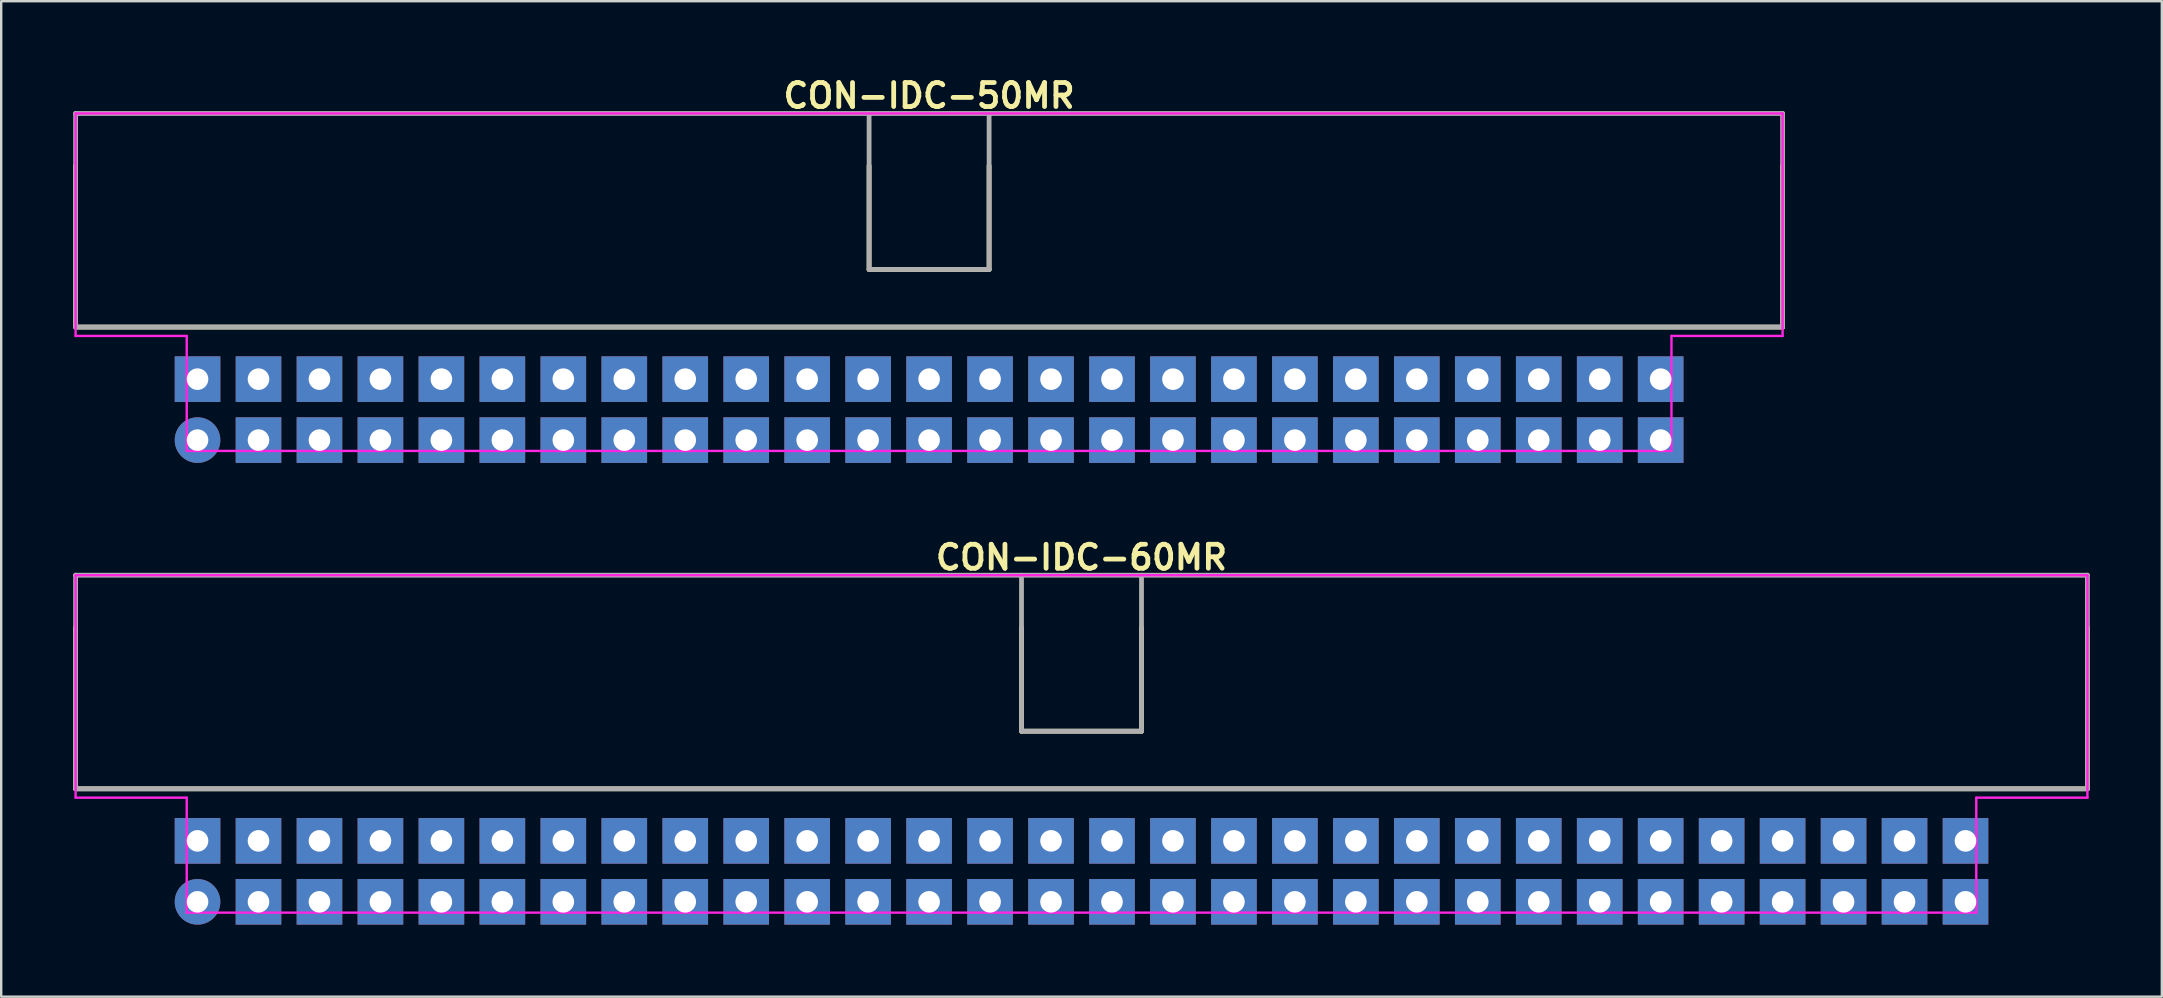
<source format=kicad_pcb>
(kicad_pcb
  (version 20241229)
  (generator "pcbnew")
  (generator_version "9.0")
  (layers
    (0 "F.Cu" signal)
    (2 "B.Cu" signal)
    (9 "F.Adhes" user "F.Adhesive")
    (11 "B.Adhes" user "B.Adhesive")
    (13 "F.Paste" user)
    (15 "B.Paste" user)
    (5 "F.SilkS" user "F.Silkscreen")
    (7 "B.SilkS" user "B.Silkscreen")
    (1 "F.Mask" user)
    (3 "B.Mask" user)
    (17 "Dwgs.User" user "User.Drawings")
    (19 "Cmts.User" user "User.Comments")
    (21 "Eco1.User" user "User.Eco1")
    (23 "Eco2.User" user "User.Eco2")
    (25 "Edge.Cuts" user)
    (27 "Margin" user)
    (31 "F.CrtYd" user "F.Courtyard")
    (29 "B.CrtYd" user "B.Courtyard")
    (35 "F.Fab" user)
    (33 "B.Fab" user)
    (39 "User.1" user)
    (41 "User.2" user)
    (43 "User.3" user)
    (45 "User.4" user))
  (footprint "CON-IDC-50MR"
    (layer "F.Cu")
    (at 35.66 14.017)
    (property "Reference" "CON-IDC-50MR" (at 0 -13.081 0) (layer "F.SilkS") (effects (font (size 1 1) (thickness 0.2))))
    (attr through_hole)
    (fp_line (start -35.56 -10.16) (end -35.56 -3.44) (stroke (width 0.2) (type solid)) (layer "F.SilkS"))
    (fp_line (start -35.56 -3.44) (end 35.56 -3.44) (stroke (width 0.2) (type solid)) (layer "F.SilkS"))
    (fp_line (start -2.5 -10.16) (end -2.5 -5.84) (stroke (width 0.2) (type solid)) (layer "F.SilkS"))
    (fp_line (start -2.5 -5.84) (end 2.5 -5.84) (stroke (width 0.2) (type solid)) (layer "F.SilkS"))
    (fp_line (start 2.5 -10.16) (end 2.5 -5.84) (stroke (width 0.2) (type solid)) (layer "F.SilkS"))
    (fp_line (start 35.56 -10.16) (end 35.56 -3.44) (stroke (width 0.2) (type solid)) (layer "F.SilkS"))
    (fp_line (start -35.56 -12.34) (end -35.56 -3.07) (stroke (width 0.1) (type solid)) (layer "F.CrtYd"))
    (fp_line (start -35.56 -12.34) (end 35.56 -12.34) (stroke (width 0.1) (type solid)) (layer "F.CrtYd"))
    (fp_line (start -35.56 -3.07) (end -30.93 -3.07) (stroke (width 0.1) (type solid)) (layer "F.CrtYd"))
    (fp_line (start -30.93 -3.07) (end -30.93 1.72) (stroke (width 0.1) (type solid)) (layer "F.CrtYd"))
    (fp_line (start -30.93 1.72) (end 30.93 1.72) (stroke (width 0.1) (type solid)) (layer "F.CrtYd"))
    (fp_line (start 30.93 -3.07) (end 30.93 1.72) (stroke (width 0.1) (type solid)) (layer "F.CrtYd"))
    (fp_line (start 30.93 -3.07) (end 35.56 -3.07) (stroke (width 0.1) (type solid)) (layer "F.CrtYd"))
    (fp_line (start 35.56 -12.34) (end 35.56 -3.07) (stroke (width 0.1) (type solid)) (layer "F.CrtYd"))
    (fp_line (start -35.56 -12.34) (end -35.56 -3.44) (stroke (width 0.2) (type solid)) (layer "F.Fab"))
    (fp_line (start -35.56 -12.34) (end 35.56 -12.34) (stroke (width 0.2) (type solid)) (layer "F.Fab"))
    (fp_line (start -35.56 -3.44) (end 35.56 -3.44) (stroke (width 0.2) (type solid)) (layer "F.Fab"))
    (fp_line (start -2.5 -12.34) (end -2.5 -5.84) (stroke (width 0.2) (type solid)) (layer "F.Fab"))
    (fp_line (start -2.5 -5.84) (end 2.5 -5.84) (stroke (width 0.2) (type solid)) (layer "F.Fab"))
    (fp_line (start 2.5 -12.34) (end 2.5 -5.84) (stroke (width 0.2) (type solid)) (layer "F.Fab"))
    (fp_line (start 35.56 -12.34) (end 35.56 -3.44) (stroke (width 0.2) (type solid)) (layer "F.Fab"))
    (pad "1" thru_hole circle (at -30.48 1.27) (size 1.9 1.9) (drill 0.9) (layers "*.Cu" "*.Mask"))
    (pad "2" thru_hole rect (at -30.48 -1.27) (size 1.9 1.9) (drill 0.9) (layers "*.Cu" "*.Mask"))
    (pad "3" thru_hole rect (at -27.94 1.27) (size 1.9 1.9) (drill 0.9) (layers "*.Cu" "*.Mask"))
    (pad "4" thru_hole rect (at -27.94 -1.27) (size 1.9 1.9) (drill 0.9) (layers "*.Cu" "*.Mask"))
    (pad "5" thru_hole rect (at -25.4 1.27) (size 1.9 1.9) (drill 0.9) (layers "*.Cu" "*.Mask"))
    (pad "6" thru_hole rect (at -25.4 -1.27) (size 1.9 1.9) (drill 0.9) (layers "*.Cu" "*.Mask"))
    (pad "7" thru_hole rect (at -22.86 1.27) (size 1.9 1.9) (drill 0.9) (layers "*.Cu" "*.Mask"))
    (pad "8" thru_hole rect (at -22.86 -1.27) (size 1.9 1.9) (drill 0.9) (layers "*.Cu" "*.Mask"))
    (pad "9" thru_hole rect (at -20.32 1.27) (size 1.9 1.9) (drill 0.9) (layers "*.Cu" "*.Mask"))
    (pad "10" thru_hole rect (at -20.32 -1.27) (size 1.9 1.9) (drill 0.9) (layers "*.Cu" "*.Mask"))
    (pad "11" thru_hole rect (at -17.78 1.27) (size 1.9 1.9) (drill 0.9) (layers "*.Cu" "*.Mask"))
    (pad "12" thru_hole rect (at -17.78 -1.27) (size 1.9 1.9) (drill 0.9) (layers "*.Cu" "*.Mask"))
    (pad "13" thru_hole rect (at -15.24 1.27) (size 1.9 1.9) (drill 0.9) (layers "*.Cu" "*.Mask"))
    (pad "14" thru_hole rect (at -15.24 -1.27) (size 1.9 1.9) (drill 0.9) (layers "*.Cu" "*.Mask"))
    (pad "15" thru_hole rect (at -12.7 1.27) (size 1.9 1.9) (drill 0.9) (layers "*.Cu" "*.Mask"))
    (pad "16" thru_hole rect (at -12.7 -1.27) (size 1.9 1.9) (drill 0.9) (layers "*.Cu" "*.Mask"))
    (pad "17" thru_hole rect (at -10.16 1.27) (size 1.9 1.9) (drill 0.9) (layers "*.Cu" "*.Mask"))
    (pad "18" thru_hole rect (at -10.16 -1.27) (size 1.9 1.9) (drill 0.9) (layers "*.Cu" "*.Mask"))
    (pad "19" thru_hole rect (at -7.62 1.27) (size 1.9 1.9) (drill 0.9) (layers "*.Cu" "*.Mask"))
    (pad "20" thru_hole rect (at -7.62 -1.27) (size 1.9 1.9) (drill 0.9) (layers "*.Cu" "*.Mask"))
    (pad "21" thru_hole rect (at -5.08 1.27) (size 1.9 1.9) (drill 0.9) (layers "*.Cu" "*.Mask"))
    (pad "22" thru_hole rect (at -5.08 -1.27) (size 1.9 1.9) (drill 0.9) (layers "*.Cu" "*.Mask"))
    (pad "23" thru_hole rect (at -2.54 1.27) (size 1.9 1.9) (drill 0.9) (layers "*.Cu" "*.Mask"))
    (pad "24" thru_hole rect (at -2.54 -1.27) (size 1.9 1.9) (drill 0.9) (layers "*.Cu" "*.Mask"))
    (pad "25" thru_hole rect (at 0 1.27) (size 1.9 1.9) (drill 0.9) (layers "*.Cu" "*.Mask"))
    (pad "26" thru_hole rect (at 0 -1.27) (size 1.9 1.9) (drill 0.9) (layers "*.Cu" "*.Mask"))
    (pad "27" thru_hole rect (at 2.54 1.27) (size 1.9 1.9) (drill 0.9) (layers "*.Cu" "*.Mask"))
    (pad "28" thru_hole rect (at 2.54 -1.27) (size 1.9 1.9) (drill 0.9) (layers "*.Cu" "*.Mask"))
    (pad "29" thru_hole rect (at 5.08 1.27) (size 1.9 1.9) (drill 0.9) (layers "*.Cu" "*.Mask"))
    (pad "30" thru_hole rect (at 5.08 -1.27) (size 1.9 1.9) (drill 0.9) (layers "*.Cu" "*.Mask"))
    (pad "31" thru_hole rect (at 7.62 1.27) (size 1.9 1.9) (drill 0.9) (layers "*.Cu" "*.Mask"))
    (pad "32" thru_hole rect (at 7.62 -1.27) (size 1.9 1.9) (drill 0.9) (layers "*.Cu" "*.Mask"))
    (pad "33" thru_hole rect (at 10.16 1.27) (size 1.9 1.9) (drill 0.9) (layers "*.Cu" "*.Mask"))
    (pad "34" thru_hole rect (at 10.16 -1.27) (size 1.9 1.9) (drill 0.9) (layers "*.Cu" "*.Mask"))
    (pad "35" thru_hole rect (at 12.7 1.27) (size 1.9 1.9) (drill 0.9) (layers "*.Cu" "*.Mask"))
    (pad "36" thru_hole rect (at 12.7 -1.27) (size 1.9 1.9) (drill 0.9) (layers "*.Cu" "*.Mask"))
    (pad "37" thru_hole rect (at 15.24 1.27) (size 1.9 1.9) (drill 0.9) (layers "*.Cu" "*.Mask"))
    (pad "38" thru_hole rect (at 15.24 -1.27) (size 1.9 1.9) (drill 0.9) (layers "*.Cu" "*.Mask"))
    (pad "39" thru_hole rect (at 17.78 1.27) (size 1.9 1.9) (drill 0.9) (layers "*.Cu" "*.Mask"))
    (pad "40" thru_hole rect (at 17.78 -1.27) (size 1.9 1.9) (drill 0.9) (layers "*.Cu" "*.Mask"))
    (pad "41" thru_hole rect (at 20.32 1.27) (size 1.9 1.9) (drill 0.9) (layers "*.Cu" "*.Mask"))
    (pad "42" thru_hole rect (at 20.32 -1.27) (size 1.9 1.9) (drill 0.9) (layers "*.Cu" "*.Mask"))
    (pad "43" thru_hole rect (at 22.86 1.27) (size 1.9 1.9) (drill 0.9) (layers "*.Cu" "*.Mask"))
    (pad "44" thru_hole rect (at 22.86 -1.27) (size 1.9 1.9) (drill 0.9) (layers "*.Cu" "*.Mask"))
    (pad "45" thru_hole rect (at 25.4 1.27) (size 1.9 1.9) (drill 0.9) (layers "*.Cu" "*.Mask"))
    (pad "46" thru_hole rect (at 25.4 -1.27) (size 1.9 1.9) (drill 0.9) (layers "*.Cu" "*.Mask"))
    (pad "47" thru_hole rect (at 27.94 1.27) (size 1.9 1.9) (drill 0.9) (layers "*.Cu" "*.Mask"))
    (pad "48" thru_hole rect (at 27.94 -1.27) (size 1.9 1.9) (drill 0.9) (layers "*.Cu" "*.Mask"))
    (pad "49" thru_hole rect (at 30.48 1.27) (size 1.9 1.9) (drill 0.9) (layers "*.Cu" "*.Mask"))
    (pad "50" thru_hole rect (at 30.48 -1.27) (size 1.9 1.9) (drill 0.9) (layers "*.Cu" "*.Mask")))
  (footprint "CON-IDC-60MR"
    (layer "F.Cu")
    (at 42.01 33.254)
    (property "Reference" "CON-IDC-60MR" (at 0 -13.081 0) (layer "F.SilkS") (effects (font (size 1 1) (thickness 0.2))))
    (attr through_hole)
    (fp_line (start -41.91 -10.16) (end -41.91 -3.44) (stroke (width 0.2) (type solid)) (layer "F.SilkS"))
    (fp_line (start -41.91 -3.44) (end 41.91 -3.44) (stroke (width 0.2) (type solid)) (layer "F.SilkS"))
    (fp_line (start -2.5 -10.16) (end -2.5 -5.84) (stroke (width 0.2) (type solid)) (layer "F.SilkS"))
    (fp_line (start -2.5 -5.84) (end 2.5 -5.84) (stroke (width 0.2) (type solid)) (layer "F.SilkS"))
    (fp_line (start 2.5 -10.16) (end 2.5 -5.84) (stroke (width 0.2) (type solid)) (layer "F.SilkS"))
    (fp_line (start 41.91 -10.16) (end 41.91 -3.44) (stroke (width 0.2) (type solid)) (layer "F.SilkS"))
    (fp_line (start -41.91 -12.34) (end -41.91 -3.07) (stroke (width 0.1) (type solid)) (layer "F.CrtYd"))
    (fp_line (start -41.91 -12.34) (end 41.91 -12.34) (stroke (width 0.1) (type solid)) (layer "F.CrtYd"))
    (fp_line (start -41.91 -3.07) (end -37.28 -3.07) (stroke (width 0.1) (type solid)) (layer "F.CrtYd"))
    (fp_line (start -37.28 -3.07) (end -37.28 1.72) (stroke (width 0.1) (type solid)) (layer "F.CrtYd"))
    (fp_line (start -37.28 1.72) (end 37.28 1.72) (stroke (width 0.1) (type solid)) (layer "F.CrtYd"))
    (fp_line (start 37.28 -3.07) (end 37.28 1.72) (stroke (width 0.1) (type solid)) (layer "F.CrtYd"))
    (fp_line (start 37.28 -3.07) (end 41.91 -3.07) (stroke (width 0.1) (type solid)) (layer "F.CrtYd"))
    (fp_line (start 41.91 -12.34) (end 41.91 -3.07) (stroke (width 0.1) (type solid)) (layer "F.CrtYd"))
    (fp_line (start -41.91 -12.34) (end -41.91 -3.44) (stroke (width 0.2) (type solid)) (layer "F.Fab"))
    (fp_line (start -41.91 -12.34) (end 41.91 -12.34) (stroke (width 0.2) (type solid)) (layer "F.Fab"))
    (fp_line (start -41.91 -3.44) (end 41.91 -3.44) (stroke (width 0.2) (type solid)) (layer "F.Fab"))
    (fp_line (start -2.5 -12.34) (end -2.5 -5.84) (stroke (width 0.2) (type solid)) (layer "F.Fab"))
    (fp_line (start -2.5 -5.84) (end 2.5 -5.84) (stroke (width 0.2) (type solid)) (layer "F.Fab"))
    (fp_line (start 2.5 -12.34) (end 2.5 -5.84) (stroke (width 0.2) (type solid)) (layer "F.Fab"))
    (fp_line (start 41.91 -12.34) (end 41.91 -3.44) (stroke (width 0.2) (type solid)) (layer "F.Fab"))
    (pad "1" thru_hole circle (at -36.83 1.27) (size 1.9 1.9) (drill 0.9) (layers "*.Cu" "*.Mask"))
    (pad "2" thru_hole rect (at -36.83 -1.27) (size 1.9 1.9) (drill 0.9) (layers "*.Cu" "*.Mask"))
    (pad "3" thru_hole rect (at -34.29 1.27) (size 1.9 1.9) (drill 0.9) (layers "*.Cu" "*.Mask"))
    (pad "4" thru_hole rect (at -34.29 -1.27) (size 1.9 1.9) (drill 0.9) (layers "*.Cu" "*.Mask"))
    (pad "5" thru_hole rect (at -31.75 1.27) (size 1.9 1.9) (drill 0.9) (layers "*.Cu" "*.Mask"))
    (pad "6" thru_hole rect (at -31.75 -1.27) (size 1.9 1.9) (drill 0.9) (layers "*.Cu" "*.Mask"))
    (pad "7" thru_hole rect (at -29.21 1.27) (size 1.9 1.9) (drill 0.9) (layers "*.Cu" "*.Mask"))
    (pad "8" thru_hole rect (at -29.21 -1.27) (size 1.9 1.9) (drill 0.9) (layers "*.Cu" "*.Mask"))
    (pad "9" thru_hole rect (at -26.67 1.27) (size 1.9 1.9) (drill 0.9) (layers "*.Cu" "*.Mask"))
    (pad "10" thru_hole rect (at -26.67 -1.27) (size 1.9 1.9) (drill 0.9) (layers "*.Cu" "*.Mask"))
    (pad "11" thru_hole rect (at -24.13 1.27) (size 1.9 1.9) (drill 0.9) (layers "*.Cu" "*.Mask"))
    (pad "12" thru_hole rect (at -24.13 -1.27) (size 1.9 1.9) (drill 0.9) (layers "*.Cu" "*.Mask"))
    (pad "13" thru_hole rect (at -21.59 1.27) (size 1.9 1.9) (drill 0.9) (layers "*.Cu" "*.Mask"))
    (pad "14" thru_hole rect (at -21.59 -1.27) (size 1.9 1.9) (drill 0.9) (layers "*.Cu" "*.Mask"))
    (pad "15" thru_hole rect (at -19.05 1.27) (size 1.9 1.9) (drill 0.9) (layers "*.Cu" "*.Mask"))
    (pad "16" thru_hole rect (at -19.05 -1.27) (size 1.9 1.9) (drill 0.9) (layers "*.Cu" "*.Mask"))
    (pad "17" thru_hole rect (at -16.51 1.27) (size 1.9 1.9) (drill 0.9) (layers "*.Cu" "*.Mask"))
    (pad "18" thru_hole rect (at -16.51 -1.27) (size 1.9 1.9) (drill 0.9) (layers "*.Cu" "*.Mask"))
    (pad "19" thru_hole rect (at -13.97 1.27) (size 1.9 1.9) (drill 0.9) (layers "*.Cu" "*.Mask"))
    (pad "20" thru_hole rect (at -13.97 -1.27) (size 1.9 1.9) (drill 0.9) (layers "*.Cu" "*.Mask"))
    (pad "21" thru_hole rect (at -11.43 1.27) (size 1.9 1.9) (drill 0.9) (layers "*.Cu" "*.Mask"))
    (pad "22" thru_hole rect (at -11.43 -1.27) (size 1.9 1.9) (drill 0.9) (layers "*.Cu" "*.Mask"))
    (pad "23" thru_hole rect (at -8.89 1.27) (size 1.9 1.9) (drill 0.9) (layers "*.Cu" "*.Mask"))
    (pad "24" thru_hole rect (at -8.89 -1.27) (size 1.9 1.9) (drill 0.9) (layers "*.Cu" "*.Mask"))
    (pad "25" thru_hole rect (at -6.35 1.27) (size 1.9 1.9) (drill 0.9) (layers "*.Cu" "*.Mask"))
    (pad "26" thru_hole rect (at -6.35 -1.27) (size 1.9 1.9) (drill 0.9) (layers "*.Cu" "*.Mask"))
    (pad "27" thru_hole rect (at -3.81 1.27) (size 1.9 1.9) (drill 0.9) (layers "*.Cu" "*.Mask"))
    (pad "28" thru_hole rect (at -3.81 -1.27) (size 1.9 1.9) (drill 0.9) (layers "*.Cu" "*.Mask"))
    (pad "29" thru_hole rect (at -1.27 1.27) (size 1.9 1.9) (drill 0.9) (layers "*.Cu" "*.Mask"))
    (pad "30" thru_hole rect (at -1.27 -1.27) (size 1.9 1.9) (drill 0.9) (layers "*.Cu" "*.Mask"))
    (pad "31" thru_hole rect (at 1.27 1.27) (size 1.9 1.9) (drill 0.9) (layers "*.Cu" "*.Mask"))
    (pad "32" thru_hole rect (at 1.27 -1.27) (size 1.9 1.9) (drill 0.9) (layers "*.Cu" "*.Mask"))
    (pad "33" thru_hole rect (at 3.81 1.27) (size 1.9 1.9) (drill 0.9) (layers "*.Cu" "*.Mask"))
    (pad "34" thru_hole rect (at 3.81 -1.27) (size 1.9 1.9) (drill 0.9) (layers "*.Cu" "*.Mask"))
    (pad "35" thru_hole rect (at 6.35 1.27) (size 1.9 1.9) (drill 0.9) (layers "*.Cu" "*.Mask"))
    (pad "36" thru_hole rect (at 6.35 -1.27) (size 1.9 1.9) (drill 0.9) (layers "*.Cu" "*.Mask"))
    (pad "37" thru_hole rect (at 8.89 1.27) (size 1.9 1.9) (drill 0.9) (layers "*.Cu" "*.Mask"))
    (pad "38" thru_hole rect (at 8.89 -1.27) (size 1.9 1.9) (drill 0.9) (layers "*.Cu" "*.Mask"))
    (pad "39" thru_hole rect (at 11.43 1.27) (size 1.9 1.9) (drill 0.9) (layers "*.Cu" "*.Mask"))
    (pad "40" thru_hole rect (at 11.43 -1.27) (size 1.9 1.9) (drill 0.9) (layers "*.Cu" "*.Mask"))
    (pad "41" thru_hole rect (at 13.97 1.27) (size 1.9 1.9) (drill 0.9) (layers "*.Cu" "*.Mask"))
    (pad "42" thru_hole rect (at 13.97 -1.27) (size 1.9 1.9) (drill 0.9) (layers "*.Cu" "*.Mask"))
    (pad "43" thru_hole rect (at 16.51 1.27) (size 1.9 1.9) (drill 0.9) (layers "*.Cu" "*.Mask"))
    (pad "44" thru_hole rect (at 16.51 -1.27) (size 1.9 1.9) (drill 0.9) (layers "*.Cu" "*.Mask"))
    (pad "45" thru_hole rect (at 19.05 1.27) (size 1.9 1.9) (drill 0.9) (layers "*.Cu" "*.Mask"))
    (pad "46" thru_hole rect (at 19.05 -1.27) (size 1.9 1.9) (drill 0.9) (layers "*.Cu" "*.Mask"))
    (pad "47" thru_hole rect (at 21.59 1.27) (size 1.9 1.9) (drill 0.9) (layers "*.Cu" "*.Mask"))
    (pad "48" thru_hole rect (at 21.59 -1.27) (size 1.9 1.9) (drill 0.9) (layers "*.Cu" "*.Mask"))
    (pad "49" thru_hole rect (at 24.13 1.27) (size 1.9 1.9) (drill 0.9) (layers "*.Cu" "*.Mask"))
    (pad "50" thru_hole rect (at 24.13 -1.27) (size 1.9 1.9) (drill 0.9) (layers "*.Cu" "*.Mask"))
    (pad "51" thru_hole rect (at 26.67 1.27) (size 1.9 1.9) (drill 0.9) (layers "*.Cu" "*.Mask"))
    (pad "52" thru_hole rect (at 26.67 -1.27) (size 1.9 1.9) (drill 0.9) (layers "*.Cu" "*.Mask"))
    (pad "53" thru_hole rect (at 29.21 1.27) (size 1.9 1.9) (drill 0.9) (layers "*.Cu" "*.Mask"))
    (pad "54" thru_hole rect (at 29.21 -1.27) (size 1.9 1.9) (drill 0.9) (layers "*.Cu" "*.Mask"))
    (pad "55" thru_hole rect (at 31.75 1.27) (size 1.9 1.9) (drill 0.9) (layers "*.Cu" "*.Mask"))
    (pad "56" thru_hole rect (at 31.75 -1.27) (size 1.9 1.9) (drill 0.9) (layers "*.Cu" "*.Mask"))
    (pad "57" thru_hole rect (at 34.29 1.27) (size 1.9 1.9) (drill 0.9) (layers "*.Cu" "*.Mask"))
    (pad "58" thru_hole rect (at 34.29 -1.27) (size 1.9 1.9) (drill 0.9) (layers "*.Cu" "*.Mask"))
    (pad "59" thru_hole rect (at 36.83 1.27) (size 1.9 1.9) (drill 0.9) (layers "*.Cu" "*.Mask"))
    (pad "60" thru_hole rect (at 36.83 -1.27) (size 1.9 1.9) (drill 0.9) (layers "*.Cu" "*.Mask")))
  (gr_rect
    (start -3 -3)
    (end 87.02 38.474)
    (stroke (width 0.1) (type default))
    (fill no)
    (layer "Edge.Cuts")))
</source>
